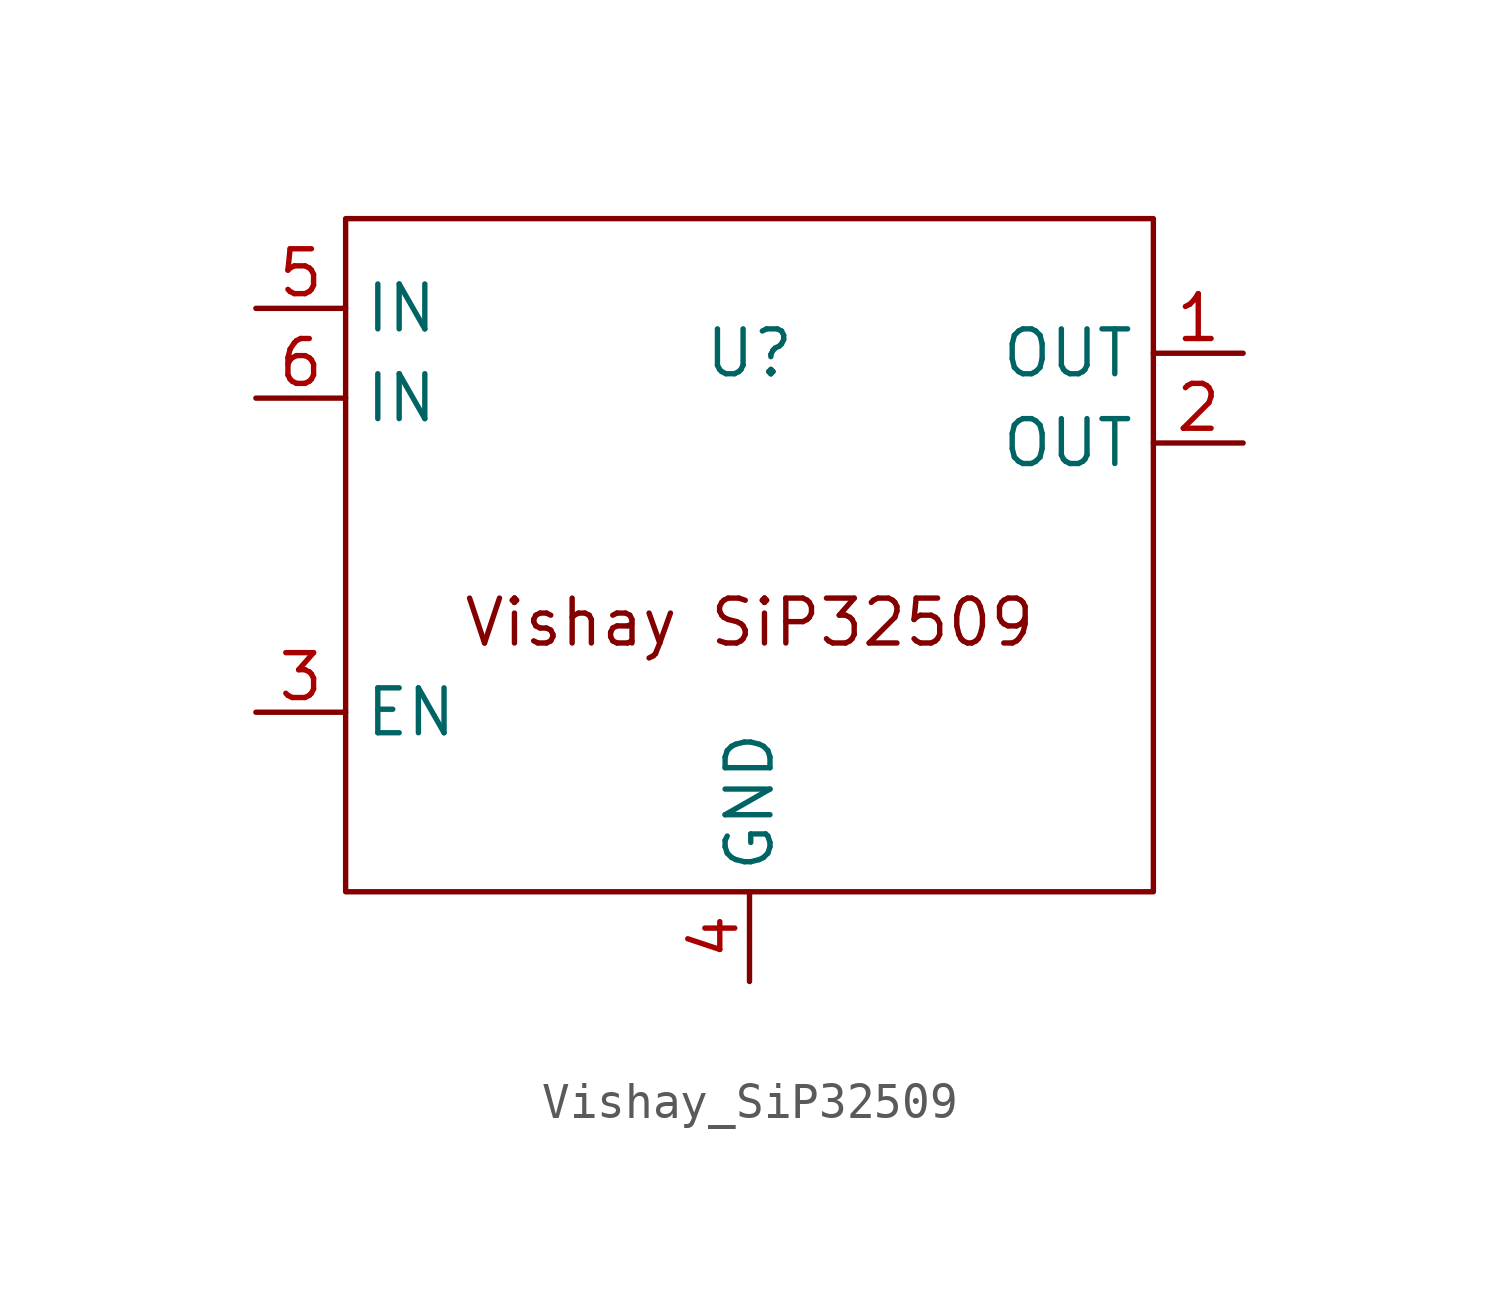
<source format=kicad_sym>
(kicad_symbol_lib
  (version 20220914)
  (generator kicad_symbol_editor)
  (symbol "Vishay_SiP32509"
    (property "Reference" "U"
      (at 0 5.08 0)
      (effects (font (size 1.27 1.27))))
    (property "Value" ""
      (at 0 0 0)
      (effects (font (size 1.27 1.27))))
    (symbol "Vishay_SiP32509_0_1"
      (rectangle (start -11.43 8.89) (end 11.43 -10.16) (stroke (width 0) (type default)) (fill (type none))))
    (symbol "Vishay_SiP32509_1_1"
      (text "Vishay SiP32509" (at 0 -2.54 0) (effects (font (size 1.27 1.27))))
      (pin output line (at 13.97 5.08 180) (length 2.54) (name "OUT" (effects (font (size 1.27 1.27)))) (number "1" (effects (font (size 1.27 1.27)))))
      (pin output line (at 13.97 2.54 180) (length 2.54) (name "OUT" (effects (font (size 1.27 1.27)))) (number "2" (effects (font (size 1.27 1.27)))))
      (pin input line (at -13.97 -5.08 0) (length 2.54) (name "EN" (effects (font (size 1.27 1.27)))) (number "3" (effects (font (size 1.27 1.27)))))
      (pin input line (at 0 -12.7 90) (length 2.54) (name "GND" (effects (font (size 1.27 1.27)))) (number "4" (effects (font (size 1.27 1.27)))))
      (pin input line (at -13.97 6.35 0) (length 2.54) (name "IN" (effects (font (size 1.27 1.27)))) (number "5" (effects (font (size 1.27 1.27)))))
      (pin input line (at -13.97 3.81 0) (length 2.54) (name "IN" (effects (font (size 1.27 1.27)))) (number "6" (effects (font (size 1.27 1.27))))))))
</source>
